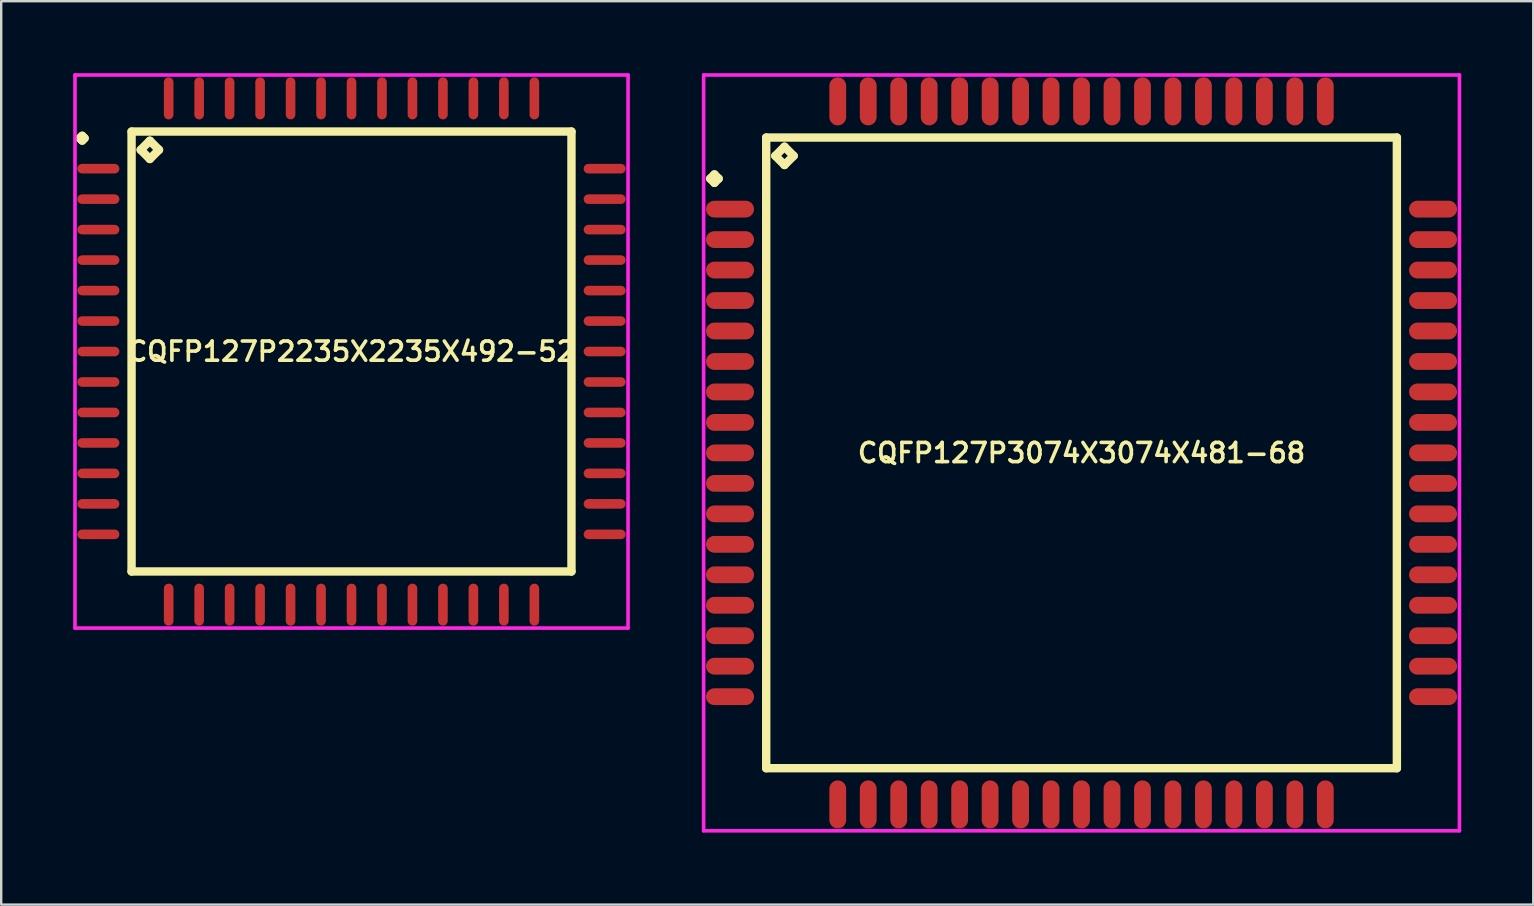
<source format=kicad_pcb>
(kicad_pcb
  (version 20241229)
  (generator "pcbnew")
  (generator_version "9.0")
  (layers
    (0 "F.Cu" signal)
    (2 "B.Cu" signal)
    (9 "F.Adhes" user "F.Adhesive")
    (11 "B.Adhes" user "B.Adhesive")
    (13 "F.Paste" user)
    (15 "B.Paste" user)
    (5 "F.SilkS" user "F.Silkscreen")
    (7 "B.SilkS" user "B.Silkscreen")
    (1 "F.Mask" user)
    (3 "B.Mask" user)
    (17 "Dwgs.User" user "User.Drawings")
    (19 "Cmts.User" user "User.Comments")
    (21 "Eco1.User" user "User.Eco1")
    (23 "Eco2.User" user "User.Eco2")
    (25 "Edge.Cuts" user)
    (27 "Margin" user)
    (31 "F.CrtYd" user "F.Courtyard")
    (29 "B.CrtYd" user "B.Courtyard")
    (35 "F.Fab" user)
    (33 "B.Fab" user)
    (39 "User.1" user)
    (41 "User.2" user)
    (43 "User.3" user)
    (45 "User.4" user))
  (footprint "CQFP127P2235X2235X492-52"
    (layer "F.Cu")
    (at 11.6 11.6)
    (property "Reference" "CQFP127P2235X2235X492-52" (at 0 0 0) (layer "F.SilkS") (effects (font (size 0.8 0.8) (thickness 0.15))))
    (attr through_hole)
    (fp_line (start -11.325 -8.89) (end -11.225 -8.99) (stroke (width 0.35) (type solid)) (layer "F.SilkS"))
    (fp_line (start -11.225 -8.99) (end -11.125 -8.89) (stroke (width 0.35) (type solid)) (layer "F.SilkS"))
    (fp_line (start -11.225 -8.79) (end -11.325 -8.89) (stroke (width 0.35) (type solid)) (layer "F.SilkS"))
    (fp_line (start -11.125 -8.89) (end -11.225 -8.79) (stroke (width 0.35) (type solid)) (layer "F.SilkS"))
    (fp_line (start -9.167 -9.167) (end -9.167 9.167) (stroke (width 0.35) (type solid)) (layer "F.SilkS"))
    (fp_line (start -9.167 9.167) (end 9.167 9.167) (stroke (width 0.35) (type solid)) (layer "F.SilkS"))
    (fp_line (start -8.786 -8.405) (end -8.405 -8.786) (stroke (width 0.35) (type solid)) (layer "F.SilkS"))
    (fp_line (start -8.405 -8.786) (end -8.024 -8.405) (stroke (width 0.35) (type solid)) (layer "F.SilkS"))
    (fp_line (start -8.405 -8.024) (end -8.786 -8.405) (stroke (width 0.35) (type solid)) (layer "F.SilkS"))
    (fp_line (start -8.024 -8.405) (end -8.405 -8.024) (stroke (width 0.35) (type solid)) (layer "F.SilkS"))
    (fp_line (start 9.167 -9.167) (end -9.167 -9.167) (stroke (width 0.35) (type solid)) (layer "F.SilkS"))
    (fp_line (start 9.167 9.167) (end 9.167 -9.167) (stroke (width 0.35) (type solid)) (layer "F.SilkS"))
    (fp_line (start -11.525 -11.525) (end 11.525 -11.525) (stroke (width 0.15) (type solid)) (layer "F.CrtYd"))
    (fp_line (start -11.525 11.525) (end -11.525 -11.525) (stroke (width 0.15) (type solid)) (layer "F.CrtYd"))
    (fp_line (start 11.525 -11.525) (end 11.525 11.525) (stroke (width 0.15) (type solid)) (layer "F.CrtYd"))
    (fp_line (start 11.525 11.525) (end -11.525 11.525) (stroke (width 0.15) (type solid)) (layer "F.CrtYd"))
    (pad "1" smd oval (at -10.55 -7.62) (size 1.75 0.4) (layers "F.Cu" "F.Mask" "F.Paste"))
    (pad "2" smd oval (at -10.55 -6.35) (size 1.75 0.4) (layers "F.Cu" "F.Mask" "F.Paste"))
    (pad "3" smd oval (at -10.55 -5.08) (size 1.75 0.4) (layers "F.Cu" "F.Mask" "F.Paste"))
    (pad "4" smd oval (at -10.55 -3.81) (size 1.75 0.4) (layers "F.Cu" "F.Mask" "F.Paste"))
    (pad "5" smd oval (at -10.55 -2.54) (size 1.75 0.4) (layers "F.Cu" "F.Mask" "F.Paste"))
    (pad "6" smd oval (at -10.55 -1.27) (size 1.75 0.4) (layers "F.Cu" "F.Mask" "F.Paste"))
    (pad "7" smd oval (at -10.55 0) (size 1.75 0.4) (layers "F.Cu" "F.Mask" "F.Paste"))
    (pad "8" smd oval (at -10.55 1.27) (size 1.75 0.4) (layers "F.Cu" "F.Mask" "F.Paste"))
    (pad "9" smd oval (at -10.55 2.54) (size 1.75 0.4) (layers "F.Cu" "F.Mask" "F.Paste"))
    (pad "10" smd oval (at -10.55 3.81) (size 1.75 0.4) (layers "F.Cu" "F.Mask" "F.Paste"))
    (pad "11" smd oval (at -10.55 5.08) (size 1.75 0.4) (layers "F.Cu" "F.Mask" "F.Paste"))
    (pad "12" smd oval (at -10.55 6.35) (size 1.75 0.4) (layers "F.Cu" "F.Mask" "F.Paste"))
    (pad "13" smd oval (at -10.55 7.62) (size 1.75 0.4) (layers "F.Cu" "F.Mask" "F.Paste"))
    (pad "14" smd oval (at -7.62 10.55) (size 0.4 1.75) (layers "F.Cu" "F.Mask" "F.Paste"))
    (pad "15" smd oval (at -6.35 10.55) (size 0.4 1.75) (layers "F.Cu" "F.Mask" "F.Paste"))
    (pad "16" smd oval (at -5.08 10.55) (size 0.4 1.75) (layers "F.Cu" "F.Mask" "F.Paste"))
    (pad "17" smd oval (at -3.81 10.55) (size 0.4 1.75) (layers "F.Cu" "F.Mask" "F.Paste"))
    (pad "18" smd oval (at -2.54 10.55) (size 0.4 1.75) (layers "F.Cu" "F.Mask" "F.Paste"))
    (pad "19" smd oval (at -1.27 10.55) (size 0.4 1.75) (layers "F.Cu" "F.Mask" "F.Paste"))
    (pad "20" smd oval (at 0 10.55) (size 0.4 1.75) (layers "F.Cu" "F.Mask" "F.Paste"))
    (pad "21" smd oval (at 1.27 10.55) (size 0.4 1.75) (layers "F.Cu" "F.Mask" "F.Paste"))
    (pad "22" smd oval (at 2.54 10.55) (size 0.4 1.75) (layers "F.Cu" "F.Mask" "F.Paste"))
    (pad "23" smd oval (at 3.81 10.55) (size 0.4 1.75) (layers "F.Cu" "F.Mask" "F.Paste"))
    (pad "24" smd oval (at 5.08 10.55) (size 0.4 1.75) (layers "F.Cu" "F.Mask" "F.Paste"))
    (pad "25" smd oval (at 6.35 10.55) (size 0.4 1.75) (layers "F.Cu" "F.Mask" "F.Paste"))
    (pad "26" smd oval (at 7.62 10.55) (size 0.4 1.75) (layers "F.Cu" "F.Mask" "F.Paste"))
    (pad "27" smd oval (at 10.55 7.62) (size 1.75 0.4) (layers "F.Cu" "F.Mask" "F.Paste"))
    (pad "28" smd oval (at 10.55 6.35) (size 1.75 0.4) (layers "F.Cu" "F.Mask" "F.Paste"))
    (pad "29" smd oval (at 10.55 5.08) (size 1.75 0.4) (layers "F.Cu" "F.Mask" "F.Paste"))
    (pad "30" smd oval (at 10.55 3.81) (size 1.75 0.4) (layers "F.Cu" "F.Mask" "F.Paste"))
    (pad "31" smd oval (at 10.55 2.54) (size 1.75 0.4) (layers "F.Cu" "F.Mask" "F.Paste"))
    (pad "32" smd oval (at 10.55 1.27) (size 1.75 0.4) (layers "F.Cu" "F.Mask" "F.Paste"))
    (pad "33" smd oval (at 10.55 0) (size 1.75 0.4) (layers "F.Cu" "F.Mask" "F.Paste"))
    (pad "34" smd oval (at 10.55 -1.27) (size 1.75 0.4) (layers "F.Cu" "F.Mask" "F.Paste"))
    (pad "35" smd oval (at 10.55 -2.54) (size 1.75 0.4) (layers "F.Cu" "F.Mask" "F.Paste"))
    (pad "36" smd oval (at 10.55 -3.81) (size 1.75 0.4) (layers "F.Cu" "F.Mask" "F.Paste"))
    (pad "37" smd oval (at 10.55 -5.08) (size 1.75 0.4) (layers "F.Cu" "F.Mask" "F.Paste"))
    (pad "38" smd oval (at 10.55 -6.35) (size 1.75 0.4) (layers "F.Cu" "F.Mask" "F.Paste"))
    (pad "39" smd oval (at 10.55 -7.62) (size 1.75 0.4) (layers "F.Cu" "F.Mask" "F.Paste"))
    (pad "40" smd oval (at 7.62 -10.55) (size 0.4 1.75) (layers "F.Cu" "F.Mask" "F.Paste"))
    (pad "41" smd oval (at 6.35 -10.55) (size 0.4 1.75) (layers "F.Cu" "F.Mask" "F.Paste"))
    (pad "42" smd oval (at 5.08 -10.55) (size 0.4 1.75) (layers "F.Cu" "F.Mask" "F.Paste"))
    (pad "43" smd oval (at 3.81 -10.55) (size 0.4 1.75) (layers "F.Cu" "F.Mask" "F.Paste"))
    (pad "44" smd oval (at 2.54 -10.55) (size 0.4 1.75) (layers "F.Cu" "F.Mask" "F.Paste"))
    (pad "45" smd oval (at 1.27 -10.55) (size 0.4 1.75) (layers "F.Cu" "F.Mask" "F.Paste"))
    (pad "46" smd oval (at 0 -10.55) (size 0.4 1.75) (layers "F.Cu" "F.Mask" "F.Paste"))
    (pad "47" smd oval (at -1.27 -10.55) (size 0.4 1.75) (layers "F.Cu" "F.Mask" "F.Paste"))
    (pad "48" smd oval (at -2.54 -10.55) (size 0.4 1.75) (layers "F.Cu" "F.Mask" "F.Paste"))
    (pad "49" smd oval (at -3.81 -10.55) (size 0.4 1.75) (layers "F.Cu" "F.Mask" "F.Paste"))
    (pad "50" smd oval (at -5.08 -10.55) (size 0.4 1.75) (layers "F.Cu" "F.Mask" "F.Paste"))
    (pad "51" smd oval (at -6.35 -10.55) (size 0.4 1.75) (layers "F.Cu" "F.Mask" "F.Paste"))
    (pad "52" smd oval (at -7.62 -10.55) (size 0.4 1.75) (layers "F.Cu" "F.Mask" "F.Paste")))
  (footprint "CQFP127P3074X3074X481-68"
    (layer "F.Cu")
    (at 42.025 15.825)
    (property "Reference" "CQFP127P3074X3074X481-68" (at 0 0 0) (layer "F.SilkS") (effects (font (size 0.8 0.8) (thickness 0.15))))
    (attr smd)
    (fp_line (start -15.475 -11.43) (end -15.3 -11.605) (stroke (width 0.35) (type solid)) (layer "F.SilkS"))
    (fp_line (start -15.3 -11.605) (end -15.125 -11.43) (stroke (width 0.35) (type solid)) (layer "F.SilkS"))
    (fp_line (start -15.3 -11.255) (end -15.475 -11.43) (stroke (width 0.35) (type solid)) (layer "F.SilkS"))
    (fp_line (start -15.125 -11.43) (end -15.3 -11.255) (stroke (width 0.35) (type solid)) (layer "F.SilkS"))
    (fp_line (start -13.142 -13.142) (end -13.142 13.142) (stroke (width 0.35) (type solid)) (layer "F.SilkS"))
    (fp_line (start -13.142 13.142) (end 13.142 13.142) (stroke (width 0.35) (type solid)) (layer "F.SilkS"))
    (fp_line (start -12.761 -12.38) (end -12.38 -12.761) (stroke (width 0.35) (type solid)) (layer "F.SilkS"))
    (fp_line (start -12.38 -12.761) (end -11.999 -12.38) (stroke (width 0.35) (type solid)) (layer "F.SilkS"))
    (fp_line (start -12.38 -11.999) (end -12.761 -12.38) (stroke (width 0.35) (type solid)) (layer "F.SilkS"))
    (fp_line (start -11.999 -12.38) (end -12.38 -11.999) (stroke (width 0.35) (type solid)) (layer "F.SilkS"))
    (fp_line (start 13.142 -13.142) (end -13.142 -13.142) (stroke (width 0.35) (type solid)) (layer "F.SilkS"))
    (fp_line (start 13.142 13.142) (end 13.142 -13.142) (stroke (width 0.35) (type solid)) (layer "F.SilkS"))
    (fp_line (start -15.75 -15.75) (end 15.75 -15.75) (stroke (width 0.15) (type solid)) (layer "F.CrtYd"))
    (fp_line (start -15.75 15.75) (end -15.75 -15.75) (stroke (width 0.15) (type solid)) (layer "F.CrtYd"))
    (fp_line (start 15.75 -15.75) (end 15.75 15.75) (stroke (width 0.15) (type solid)) (layer "F.CrtYd"))
    (fp_line (start 15.75 15.75) (end -15.75 15.75) (stroke (width 0.15) (type solid)) (layer "F.CrtYd"))
    (pad "1" smd oval (at -14.65 -10.16) (size 2 0.7) (layers "F.Cu" "F.Mask" "F.Paste"))
    (pad "2" smd oval (at -14.65 -8.89) (size 2 0.7) (layers "F.Cu" "F.Mask" "F.Paste"))
    (pad "3" smd oval (at -14.65 -7.62) (size 2 0.7) (layers "F.Cu" "F.Mask" "F.Paste"))
    (pad "4" smd oval (at -14.65 -6.35) (size 2 0.7) (layers "F.Cu" "F.Mask" "F.Paste"))
    (pad "5" smd oval (at -14.65 -5.08) (size 2 0.7) (layers "F.Cu" "F.Mask" "F.Paste"))
    (pad "6" smd oval (at -14.65 -3.81) (size 2 0.7) (layers "F.Cu" "F.Mask" "F.Paste"))
    (pad "7" smd oval (at -14.65 -2.54) (size 2 0.7) (layers "F.Cu" "F.Mask" "F.Paste"))
    (pad "8" smd oval (at -14.65 -1.27) (size 2 0.7) (layers "F.Cu" "F.Mask" "F.Paste"))
    (pad "9" smd oval (at -14.65 0) (size 2 0.7) (layers "F.Cu" "F.Mask" "F.Paste"))
    (pad "10" smd oval (at -14.65 1.27) (size 2 0.7) (layers "F.Cu" "F.Mask" "F.Paste"))
    (pad "11" smd oval (at -14.65 2.54) (size 2 0.7) (layers "F.Cu" "F.Mask" "F.Paste"))
    (pad "12" smd oval (at -14.65 3.81) (size 2 0.7) (layers "F.Cu" "F.Mask" "F.Paste"))
    (pad "13" smd oval (at -14.65 5.08) (size 2 0.7) (layers "F.Cu" "F.Mask" "F.Paste"))
    (pad "14" smd oval (at -14.65 6.35) (size 2 0.7) (layers "F.Cu" "F.Mask" "F.Paste"))
    (pad "15" smd oval (at -14.65 7.62) (size 2 0.7) (layers "F.Cu" "F.Mask" "F.Paste"))
    (pad "16" smd oval (at -14.65 8.89) (size 2 0.7) (layers "F.Cu" "F.Mask" "F.Paste"))
    (pad "17" smd oval (at -14.65 10.16) (size 2 0.7) (layers "F.Cu" "F.Mask" "F.Paste"))
    (pad "18" smd oval (at -10.16 14.65) (size 0.7 2) (layers "F.Cu" "F.Mask" "F.Paste"))
    (pad "19" smd oval (at -8.89 14.65) (size 0.7 2) (layers "F.Cu" "F.Mask" "F.Paste"))
    (pad "20" smd oval (at -7.62 14.65) (size 0.7 2) (layers "F.Cu" "F.Mask" "F.Paste"))
    (pad "21" smd oval (at -6.35 14.65) (size 0.7 2) (layers "F.Cu" "F.Mask" "F.Paste"))
    (pad "22" smd oval (at -5.08 14.65) (size 0.7 2) (layers "F.Cu" "F.Mask" "F.Paste"))
    (pad "23" smd oval (at -3.81 14.65) (size 0.7 2) (layers "F.Cu" "F.Mask" "F.Paste"))
    (pad "24" smd oval (at -2.54 14.65) (size 0.7 2) (layers "F.Cu" "F.Mask" "F.Paste"))
    (pad "25" smd oval (at -1.27 14.65) (size 0.7 2) (layers "F.Cu" "F.Mask" "F.Paste"))
    (pad "26" smd oval (at 0 14.65) (size 0.7 2) (layers "F.Cu" "F.Mask" "F.Paste"))
    (pad "27" smd oval (at 1.27 14.65) (size 0.7 2) (layers "F.Cu" "F.Mask" "F.Paste"))
    (pad "28" smd oval (at 2.54 14.65) (size 0.7 2) (layers "F.Cu" "F.Mask" "F.Paste"))
    (pad "29" smd oval (at 3.81 14.65) (size 0.7 2) (layers "F.Cu" "F.Mask" "F.Paste"))
    (pad "30" smd oval (at 5.08 14.65) (size 0.7 2) (layers "F.Cu" "F.Mask" "F.Paste"))
    (pad "31" smd oval (at 6.35 14.65) (size 0.7 2) (layers "F.Cu" "F.Mask" "F.Paste"))
    (pad "32" smd oval (at 7.62 14.65) (size 0.7 2) (layers "F.Cu" "F.Mask" "F.Paste"))
    (pad "33" smd oval (at 8.89 14.65) (size 0.7 2) (layers "F.Cu" "F.Mask" "F.Paste"))
    (pad "34" smd oval (at 10.16 14.65) (size 0.7 2) (layers "F.Cu" "F.Mask" "F.Paste"))
    (pad "35" smd oval (at 14.65 10.16) (size 2 0.7) (layers "F.Cu" "F.Mask" "F.Paste"))
    (pad "36" smd oval (at 14.65 8.89) (size 2 0.7) (layers "F.Cu" "F.Mask" "F.Paste"))
    (pad "37" smd oval (at 14.65 7.62) (size 2 0.7) (layers "F.Cu" "F.Mask" "F.Paste"))
    (pad "38" smd oval (at 14.65 6.35) (size 2 0.7) (layers "F.Cu" "F.Mask" "F.Paste"))
    (pad "39" smd oval (at 14.65 5.08) (size 2 0.7) (layers "F.Cu" "F.Mask" "F.Paste"))
    (pad "40" smd oval (at 14.65 3.81) (size 2 0.7) (layers "F.Cu" "F.Mask" "F.Paste"))
    (pad "41" smd oval (at 14.65 2.54) (size 2 0.7) (layers "F.Cu" "F.Mask" "F.Paste"))
    (pad "42" smd oval (at 14.65 1.27) (size 2 0.7) (layers "F.Cu" "F.Mask" "F.Paste"))
    (pad "43" smd oval (at 14.65 0) (size 2 0.7) (layers "F.Cu" "F.Mask" "F.Paste"))
    (pad "44" smd oval (at 14.65 -1.27) (size 2 0.7) (layers "F.Cu" "F.Mask" "F.Paste"))
    (pad "45" smd oval (at 14.65 -2.54) (size 2 0.7) (layers "F.Cu" "F.Mask" "F.Paste"))
    (pad "46" smd oval (at 14.65 -3.81) (size 2 0.7) (layers "F.Cu" "F.Mask" "F.Paste"))
    (pad "47" smd oval (at 14.65 -5.08) (size 2 0.7) (layers "F.Cu" "F.Mask" "F.Paste"))
    (pad "48" smd oval (at 14.65 -6.35) (size 2 0.7) (layers "F.Cu" "F.Mask" "F.Paste"))
    (pad "49" smd oval (at 14.65 -7.62) (size 2 0.7) (layers "F.Cu" "F.Mask" "F.Paste"))
    (pad "50" smd oval (at 14.65 -8.89) (size 2 0.7) (layers "F.Cu" "F.Mask" "F.Paste"))
    (pad "51" smd oval (at 14.65 -10.16) (size 2 0.7) (layers "F.Cu" "F.Mask" "F.Paste"))
    (pad "52" smd oval (at 10.16 -14.65) (size 0.7 2) (layers "F.Cu" "F.Mask" "F.Paste"))
    (pad "53" smd oval (at 8.89 -14.65) (size 0.7 2) (layers "F.Cu" "F.Mask" "F.Paste"))
    (pad "54" smd oval (at 7.62 -14.65) (size 0.7 2) (layers "F.Cu" "F.Mask" "F.Paste"))
    (pad "55" smd oval (at 6.35 -14.65) (size 0.7 2) (layers "F.Cu" "F.Mask" "F.Paste"))
    (pad "56" smd oval (at 5.08 -14.65) (size 0.7 2) (layers "F.Cu" "F.Mask" "F.Paste"))
    (pad "57" smd oval (at 3.81 -14.65) (size 0.7 2) (layers "F.Cu" "F.Mask" "F.Paste"))
    (pad "58" smd oval (at 2.54 -14.65) (size 0.7 2) (layers "F.Cu" "F.Mask" "F.Paste"))
    (pad "59" smd oval (at 1.27 -14.65) (size 0.7 2) (layers "F.Cu" "F.Mask" "F.Paste"))
    (pad "60" smd oval (at 0 -14.65) (size 0.7 2) (layers "F.Cu" "F.Mask" "F.Paste"))
    (pad "61" smd oval (at -1.27 -14.65) (size 0.7 2) (layers "F.Cu" "F.Mask" "F.Paste"))
    (pad "62" smd oval (at -2.54 -14.65) (size 0.7 2) (layers "F.Cu" "F.Mask" "F.Paste"))
    (pad "63" smd oval (at -3.81 -14.65) (size 0.7 2) (layers "F.Cu" "F.Mask" "F.Paste"))
    (pad "64" smd oval (at -5.08 -14.65) (size 0.7 2) (layers "F.Cu" "F.Mask" "F.Paste"))
    (pad "65" smd oval (at -6.35 -14.65) (size 0.7 2) (layers "F.Cu" "F.Mask" "F.Paste"))
    (pad "66" smd oval (at -7.62 -14.65) (size 0.7 2) (layers "F.Cu" "F.Mask" "F.Paste"))
    (pad "67" smd oval (at -8.89 -14.65) (size 0.7 2) (layers "F.Cu" "F.Mask" "F.Paste"))
    (pad "68" smd oval (at -10.16 -14.65) (size 0.7 2) (layers "F.Cu" "F.Mask" "F.Paste")))
  (gr_rect
    (start -3 -3)
    (end 60.85 34.65)
    (stroke (width 0.1) (type default))
    (fill no)
    (layer "Edge.Cuts")))
</source>
